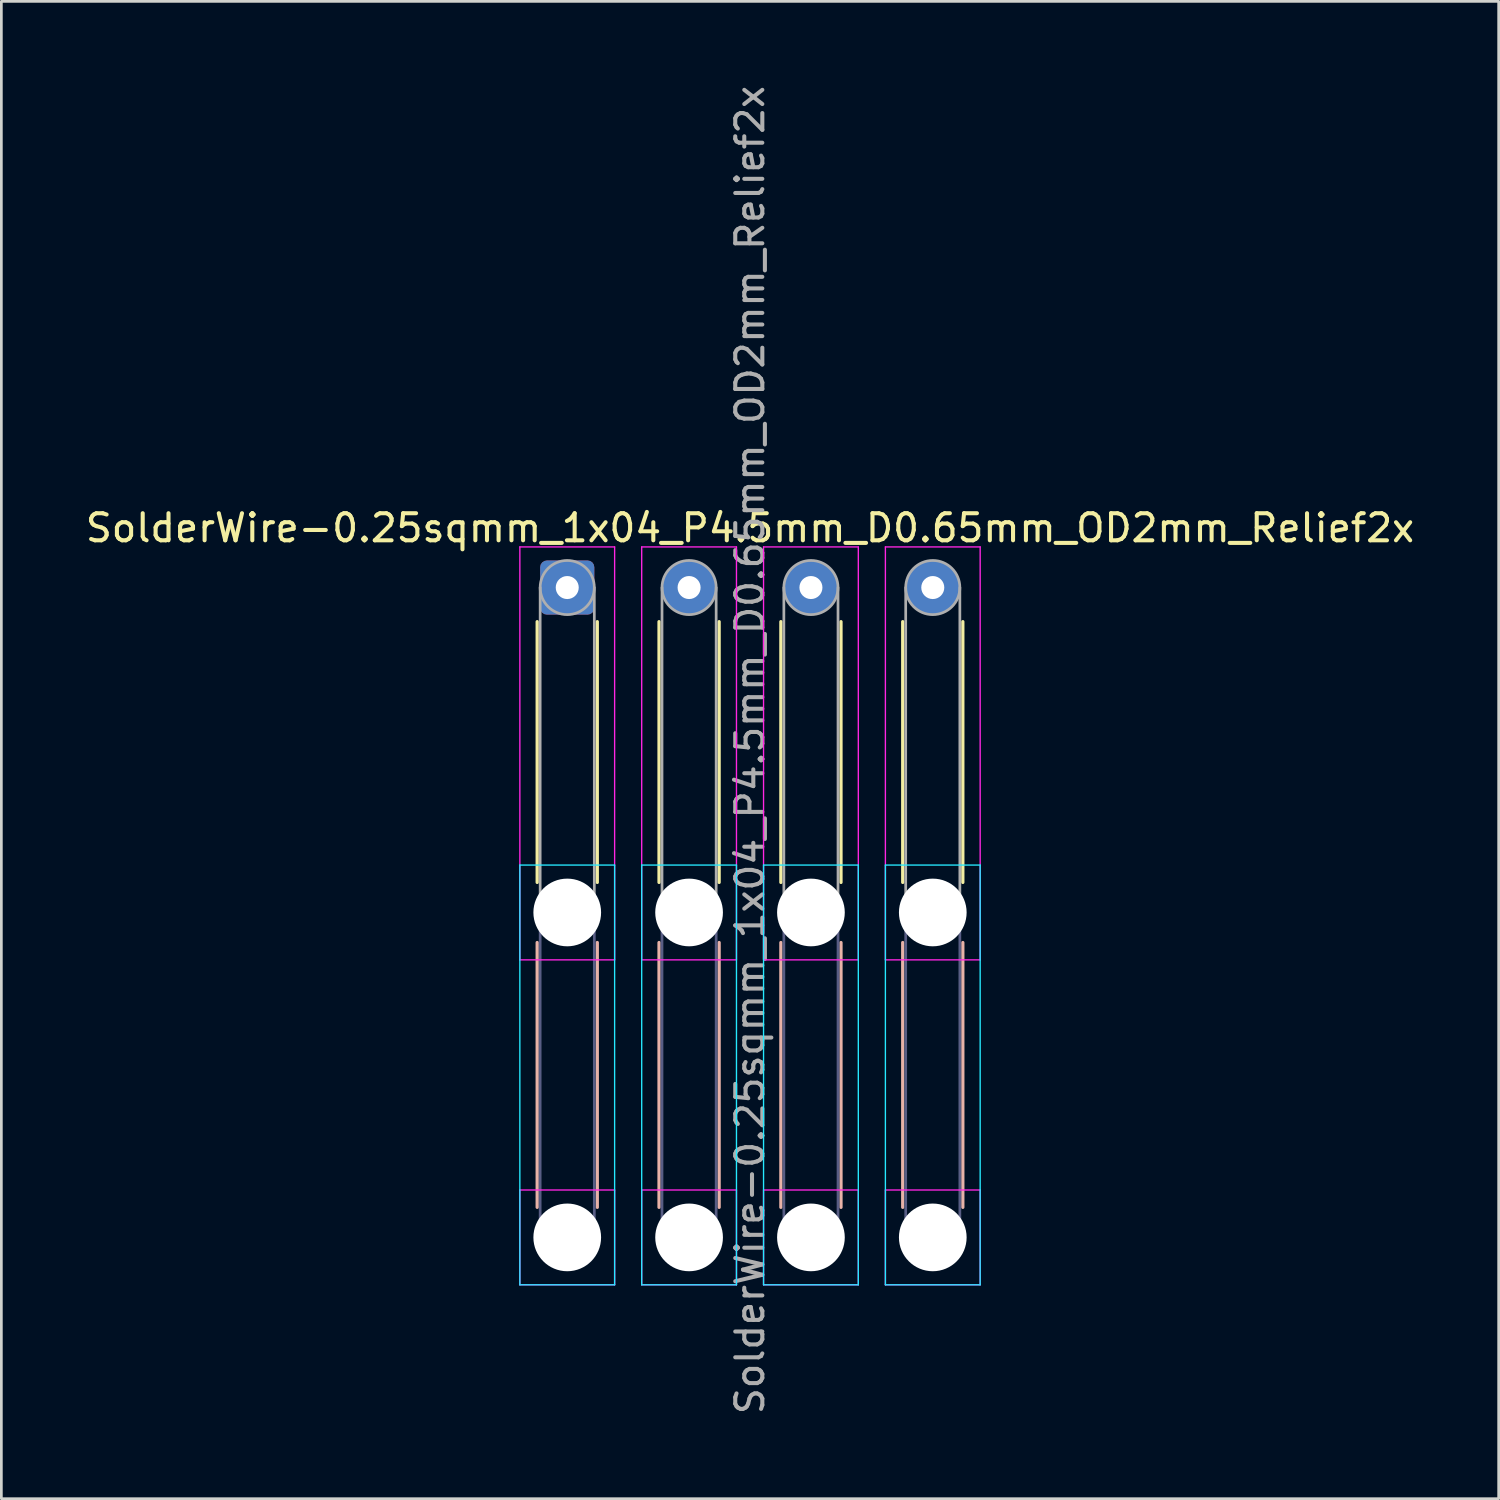
<source format=kicad_pcb>
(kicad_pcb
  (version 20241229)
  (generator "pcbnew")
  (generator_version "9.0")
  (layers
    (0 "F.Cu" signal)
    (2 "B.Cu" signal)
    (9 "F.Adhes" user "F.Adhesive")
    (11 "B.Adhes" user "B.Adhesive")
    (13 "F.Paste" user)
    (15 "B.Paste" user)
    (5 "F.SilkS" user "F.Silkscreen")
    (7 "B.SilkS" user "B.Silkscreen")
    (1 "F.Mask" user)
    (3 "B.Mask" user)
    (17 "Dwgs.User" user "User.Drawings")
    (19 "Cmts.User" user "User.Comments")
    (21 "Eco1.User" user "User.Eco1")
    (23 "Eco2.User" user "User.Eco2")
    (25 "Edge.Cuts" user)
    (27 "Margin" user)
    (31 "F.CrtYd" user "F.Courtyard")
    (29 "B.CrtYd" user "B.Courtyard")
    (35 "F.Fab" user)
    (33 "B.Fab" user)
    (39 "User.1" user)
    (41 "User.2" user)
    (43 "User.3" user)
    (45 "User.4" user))
  (footprint "SolderWire-0.25sqmm_1x04_P4.5mm_D0.65mm_OD2mm_Relief2x"
    (layer "F.Cu")
    (at 17.899 18.649)
    (property "Reference" "SolderWire-0.25sqmm_1x04_P4.5mm_D0.65mm_OD2mm_Relief2x" (at 6.75 -2.2 0) (layer "F.SilkS") (effects (font (size 1 1) (thickness 0.15))))
    (attr exclude_from_pos_files exclude_from_bom)
    (fp_line (start -1.11 1.26) (end -1.11 10.89) (stroke (width 0.12) (type solid)) (layer "F.SilkS"))
    (fp_line (start 1.11 1.26) (end 1.11 10.89) (stroke (width 0.12) (type solid)) (layer "F.SilkS"))
    (fp_line (start 3.39 1.26) (end 3.39 10.89) (stroke (width 0.12) (type solid)) (layer "F.SilkS"))
    (fp_line (start 5.61 1.26) (end 5.61 10.89) (stroke (width 0.12) (type solid)) (layer "F.SilkS"))
    (fp_line (start 7.89 1.26) (end 7.89 10.89) (stroke (width 0.12) (type solid)) (layer "F.SilkS"))
    (fp_line (start 10.11 1.26) (end 10.11 10.89) (stroke (width 0.12) (type solid)) (layer "F.SilkS"))
    (fp_line (start 12.39 1.26) (end 12.39 10.89) (stroke (width 0.12) (type solid)) (layer "F.SilkS"))
    (fp_line (start 14.61 1.26) (end 14.61 10.89) (stroke (width 0.12) (type solid)) (layer "F.SilkS"))
    (fp_line (start -1.11 13.11) (end -1.11 22.89) (stroke (width 0.12) (type solid)) (layer "B.SilkS"))
    (fp_line (start 1.11 13.11) (end 1.11 22.89) (stroke (width 0.12) (type solid)) (layer "B.SilkS"))
    (fp_line (start 3.39 13.11) (end 3.39 22.89) (stroke (width 0.12) (type solid)) (layer "B.SilkS"))
    (fp_line (start 5.61 13.11) (end 5.61 22.89) (stroke (width 0.12) (type solid)) (layer "B.SilkS"))
    (fp_line (start 7.89 13.11) (end 7.89 22.89) (stroke (width 0.12) (type solid)) (layer "B.SilkS"))
    (fp_line (start 10.11 13.11) (end 10.11 22.89) (stroke (width 0.12) (type solid)) (layer "B.SilkS"))
    (fp_line (start 12.39 13.11) (end 12.39 22.89) (stroke (width 0.12) (type solid)) (layer "B.SilkS"))
    (fp_line (start 14.61 13.11) (end 14.61 22.89) (stroke (width 0.12) (type solid)) (layer "B.SilkS"))
    (fp_line (start -1.75 10.25) (end -1.75 25.75) (stroke (width 0.05) (type solid)) (layer "B.CrtYd"))
    (fp_line (start -1.75 25.75) (end 1.75 25.75) (stroke (width 0.05) (type solid)) (layer "B.CrtYd"))
    (fp_line (start 1.75 10.25) (end -1.75 10.25) (stroke (width 0.05) (type solid)) (layer "B.CrtYd"))
    (fp_line (start 1.75 25.75) (end 1.75 10.25) (stroke (width 0.05) (type solid)) (layer "B.CrtYd"))
    (fp_line (start 2.75 10.25) (end 2.75 25.75) (stroke (width 0.05) (type solid)) (layer "B.CrtYd"))
    (fp_line (start 2.75 25.75) (end 6.25 25.75) (stroke (width 0.05) (type solid)) (layer "B.CrtYd"))
    (fp_line (start 6.25 10.25) (end 2.75 10.25) (stroke (width 0.05) (type solid)) (layer "B.CrtYd"))
    (fp_line (start 6.25 25.75) (end 6.25 10.25) (stroke (width 0.05) (type solid)) (layer "B.CrtYd"))
    (fp_line (start 7.25 10.25) (end 7.25 25.75) (stroke (width 0.05) (type solid)) (layer "B.CrtYd"))
    (fp_line (start 7.25 25.75) (end 10.75 25.75) (stroke (width 0.05) (type solid)) (layer "B.CrtYd"))
    (fp_line (start 10.75 10.25) (end 7.25 10.25) (stroke (width 0.05) (type solid)) (layer "B.CrtYd"))
    (fp_line (start 10.75 25.75) (end 10.75 10.25) (stroke (width 0.05) (type solid)) (layer "B.CrtYd"))
    (fp_line (start 11.75 10.25) (end 11.75 25.75) (stroke (width 0.05) (type solid)) (layer "B.CrtYd"))
    (fp_line (start 11.75 25.75) (end 15.25 25.75) (stroke (width 0.05) (type solid)) (layer "B.CrtYd"))
    (fp_line (start 15.25 10.25) (end 11.75 10.25) (stroke (width 0.05) (type solid)) (layer "B.CrtYd"))
    (fp_line (start 15.25 25.75) (end 15.25 10.25) (stroke (width 0.05) (type solid)) (layer "B.CrtYd"))
    (fp_line (start -1.75 -1.5) (end -1.75 13.75) (stroke (width 0.05) (type solid)) (layer "F.CrtYd"))
    (fp_line (start -1.75 13.75) (end 1.75 13.75) (stroke (width 0.05) (type solid)) (layer "F.CrtYd"))
    (fp_line (start -1.75 22.25) (end -1.75 25.75) (stroke (width 0.05) (type solid)) (layer "F.CrtYd"))
    (fp_line (start -1.75 25.75) (end 1.75 25.75) (stroke (width 0.05) (type solid)) (layer "F.CrtYd"))
    (fp_line (start 1.75 -1.5) (end -1.75 -1.5) (stroke (width 0.05) (type solid)) (layer "F.CrtYd"))
    (fp_line (start 1.75 13.75) (end 1.75 -1.5) (stroke (width 0.05) (type solid)) (layer "F.CrtYd"))
    (fp_line (start 1.75 22.25) (end -1.75 22.25) (stroke (width 0.05) (type solid)) (layer "F.CrtYd"))
    (fp_line (start 1.75 25.75) (end 1.75 22.25) (stroke (width 0.05) (type solid)) (layer "F.CrtYd"))
    (fp_line (start 2.75 -1.5) (end 2.75 13.75) (stroke (width 0.05) (type solid)) (layer "F.CrtYd"))
    (fp_line (start 2.75 13.75) (end 6.25 13.75) (stroke (width 0.05) (type solid)) (layer "F.CrtYd"))
    (fp_line (start 2.75 22.25) (end 2.75 25.75) (stroke (width 0.05) (type solid)) (layer "F.CrtYd"))
    (fp_line (start 2.75 25.75) (end 6.25 25.75) (stroke (width 0.05) (type solid)) (layer "F.CrtYd"))
    (fp_line (start 6.25 -1.5) (end 2.75 -1.5) (stroke (width 0.05) (type solid)) (layer "F.CrtYd"))
    (fp_line (start 6.25 13.75) (end 6.25 -1.5) (stroke (width 0.05) (type solid)) (layer "F.CrtYd"))
    (fp_line (start 6.25 22.25) (end 2.75 22.25) (stroke (width 0.05) (type solid)) (layer "F.CrtYd"))
    (fp_line (start 6.25 25.75) (end 6.25 22.25) (stroke (width 0.05) (type solid)) (layer "F.CrtYd"))
    (fp_line (start 7.25 -1.5) (end 7.25 13.75) (stroke (width 0.05) (type solid)) (layer "F.CrtYd"))
    (fp_line (start 7.25 13.75) (end 10.75 13.75) (stroke (width 0.05) (type solid)) (layer "F.CrtYd"))
    (fp_line (start 7.25 22.25) (end 7.25 25.75) (stroke (width 0.05) (type solid)) (layer "F.CrtYd"))
    (fp_line (start 7.25 25.75) (end 10.75 25.75) (stroke (width 0.05) (type solid)) (layer "F.CrtYd"))
    (fp_line (start 10.75 -1.5) (end 7.25 -1.5) (stroke (width 0.05) (type solid)) (layer "F.CrtYd"))
    (fp_line (start 10.75 13.75) (end 10.75 -1.5) (stroke (width 0.05) (type solid)) (layer "F.CrtYd"))
    (fp_line (start 10.75 22.25) (end 7.25 22.25) (stroke (width 0.05) (type solid)) (layer "F.CrtYd"))
    (fp_line (start 10.75 25.75) (end 10.75 22.25) (stroke (width 0.05) (type solid)) (layer "F.CrtYd"))
    (fp_line (start 11.75 -1.5) (end 11.75 13.75) (stroke (width 0.05) (type solid)) (layer "F.CrtYd"))
    (fp_line (start 11.75 13.75) (end 15.25 13.75) (stroke (width 0.05) (type solid)) (layer "F.CrtYd"))
    (fp_line (start 11.75 22.25) (end 11.75 25.75) (stroke (width 0.05) (type solid)) (layer "F.CrtYd"))
    (fp_line (start 11.75 25.75) (end 15.25 25.75) (stroke (width 0.05) (type solid)) (layer "F.CrtYd"))
    (fp_line (start 15.25 -1.5) (end 11.75 -1.5) (stroke (width 0.05) (type solid)) (layer "F.CrtYd"))
    (fp_line (start 15.25 13.75) (end 15.25 -1.5) (stroke (width 0.05) (type solid)) (layer "F.CrtYd"))
    (fp_line (start 15.25 22.25) (end 11.75 22.25) (stroke (width 0.05) (type solid)) (layer "F.CrtYd"))
    (fp_line (start 15.25 25.75) (end 15.25 22.25) (stroke (width 0.05) (type solid)) (layer "F.CrtYd"))
    (fp_line (start -1 12) (end -1 24) (stroke (width 0.1) (type solid)) (layer "B.Fab"))
    (fp_line (start 1 12) (end 1 24) (stroke (width 0.1) (type solid)) (layer "B.Fab"))
    (fp_line (start 3.5 12) (end 3.5 24) (stroke (width 0.1) (type solid)) (layer "B.Fab"))
    (fp_line (start 5.5 12) (end 5.5 24) (stroke (width 0.1) (type solid)) (layer "B.Fab"))
    (fp_line (start 8 12) (end 8 24) (stroke (width 0.1) (type solid)) (layer "B.Fab"))
    (fp_line (start 10 12) (end 10 24) (stroke (width 0.1) (type solid)) (layer "B.Fab"))
    (fp_line (start 12.5 12) (end 12.5 24) (stroke (width 0.1) (type solid)) (layer "B.Fab"))
    (fp_line (start 14.5 12) (end 14.5 24) (stroke (width 0.1) (type solid)) (layer "B.Fab"))
    (fp_circle (center 0 12) (end 1 12) (stroke (width 0.1) (type solid)) (fill no) (layer "B.Fab"))
    (fp_circle (center 0 24) (end 1 24) (stroke (width 0.1) (type solid)) (fill no) (layer "B.Fab"))
    (fp_circle (center 4.5 12) (end 5.5 12) (stroke (width 0.1) (type solid)) (fill no) (layer "B.Fab"))
    (fp_circle (center 4.5 24) (end 5.5 24) (stroke (width 0.1) (type solid)) (fill no) (layer "B.Fab"))
    (fp_circle (center 9 12) (end 10 12) (stroke (width 0.1) (type solid)) (fill no) (layer "B.Fab"))
    (fp_circle (center 9 24) (end 10 24) (stroke (width 0.1) (type solid)) (fill no) (layer "B.Fab"))
    (fp_circle (center 13.5 12) (end 14.5 12) (stroke (width 0.1) (type solid)) (fill no) (layer "B.Fab"))
    (fp_circle (center 13.5 24) (end 14.5 24) (stroke (width 0.1) (type solid)) (fill no) (layer "B.Fab"))
    (fp_line (start -1 0) (end -1 12) (stroke (width 0.1) (type solid)) (layer "F.Fab"))
    (fp_line (start 1 0) (end 1 12) (stroke (width 0.1) (type solid)) (layer "F.Fab"))
    (fp_line (start 3.5 0) (end 3.5 12) (stroke (width 0.1) (type solid)) (layer "F.Fab"))
    (fp_line (start 5.5 0) (end 5.5 12) (stroke (width 0.1) (type solid)) (layer "F.Fab"))
    (fp_line (start 8 0) (end 8 12) (stroke (width 0.1) (type solid)) (layer "F.Fab"))
    (fp_line (start 10 0) (end 10 12) (stroke (width 0.1) (type solid)) (layer "F.Fab"))
    (fp_line (start 12.5 0) (end 12.5 12) (stroke (width 0.1) (type solid)) (layer "F.Fab"))
    (fp_line (start 14.5 0) (end 14.5 12) (stroke (width 0.1) (type solid)) (layer "F.Fab"))
    (fp_circle (center 0 0) (end 1 0) (stroke (width 0.1) (type solid)) (fill no) (layer "F.Fab"))
    (fp_circle (center 0 12) (end 1 12) (stroke (width 0.1) (type solid)) (fill no) (layer "F.Fab"))
    (fp_circle (center 0 24) (end 1 24) (stroke (width 0.1) (type solid)) (fill no) (layer "F.Fab"))
    (fp_circle (center 4.5 0) (end 5.5 0) (stroke (width 0.1) (type solid)) (fill no) (layer "F.Fab"))
    (fp_circle (center 4.5 12) (end 5.5 12) (stroke (width 0.1) (type solid)) (fill no) (layer "F.Fab"))
    (fp_circle (center 4.5 24) (end 5.5 24) (stroke (width 0.1) (type solid)) (fill no) (layer "F.Fab"))
    (fp_circle (center 9 0) (end 10 0) (stroke (width 0.1) (type solid)) (fill no) (layer "F.Fab"))
    (fp_circle (center 9 12) (end 10 12) (stroke (width 0.1) (type solid)) (fill no) (layer "F.Fab"))
    (fp_circle (center 9 24) (end 10 24) (stroke (width 0.1) (type solid)) (fill no) (layer "F.Fab"))
    (fp_circle (center 13.5 0) (end 14.5 0) (stroke (width 0.1) (type solid)) (fill no) (layer "F.Fab"))
    (fp_circle (center 13.5 12) (end 14.5 12) (stroke (width 0.1) (type solid)) (fill no) (layer "F.Fab"))
    (fp_circle (center 13.5 24) (end 14.5 24) (stroke (width 0.1) (type solid)) (fill no) (layer "F.Fab"))
    (fp_text user "${REFERENCE}" (at 6.75 6 90) (layer "F.Fab") (effects (font (size 1 1) (thickness 0.15))))
    (pad "" np_thru_hole circle (at 0 12) (size 2.5 2.5) (drill 2.5) (layers "*.Cu" "*.Mask"))
    (pad "" np_thru_hole circle (at 0 24) (size 2.5 2.5) (drill 2.5) (layers "*.Cu" "*.Mask"))
    (pad "" np_thru_hole circle (at 4.5 12) (size 2.5 2.5) (drill 2.5) (layers "*.Cu" "*.Mask"))
    (pad "" np_thru_hole circle (at 4.5 24) (size 2.5 2.5) (drill 2.5) (layers "*.Cu" "*.Mask"))
    (pad "" np_thru_hole circle (at 9 12) (size 2.5 2.5) (drill 2.5) (layers "*.Cu" "*.Mask"))
    (pad "" np_thru_hole circle (at 9 24) (size 2.5 2.5) (drill 2.5) (layers "*.Cu" "*.Mask"))
    (pad "" np_thru_hole circle (at 13.5 12) (size 2.5 2.5) (drill 2.5) (layers "*.Cu" "*.Mask"))
    (pad "" np_thru_hole circle (at 13.5 24) (size 2.5 2.5) (drill 2.5) (layers "*.Cu" "*.Mask"))
    (pad "1" thru_hole roundrect (at 0 0) (size 2 2) (drill 0.85) (layers "*.Cu" "*.Mask") (roundrect_rratio 0.125))
    (pad "2" thru_hole circle (at 4.5 0) (size 2 2) (drill 0.85) (layers "*.Cu" "*.Mask"))
    (pad "3" thru_hole circle (at 9 0) (size 2 2) (drill 0.85) (layers "*.Cu" "*.Mask"))
    (pad "4" thru_hole circle (at 13.5 0) (size 2 2) (drill 0.85) (layers "*.Cu" "*.Mask")))
  (gr_rect
    (start -3 -3)
    (end 52.298 52.298)
    (stroke (width 0.1) (type default))
    (fill no)
    (layer "Edge.Cuts")))
</source>
